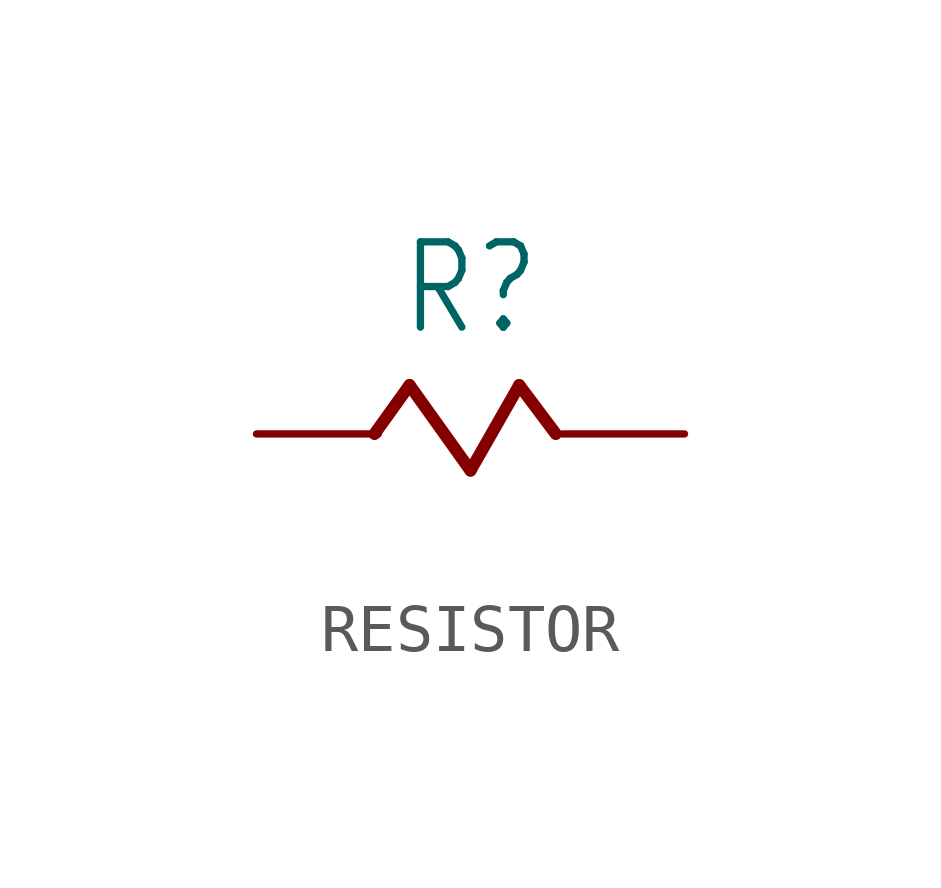
<source format=kicad_sym>
(kicad_symbol_lib
  (version 20241209)
  (generator "kicad_symbol_editor")
  (generator_version "9.0")
  (symbol "RESISTOR"
    (property "Reference" "R"
      (at 0 2 0)
      (effects (font (size 1.778 1.511)) (justify bottom)))
    (property "Value" ""
      (at 0 -2 0)
      (effects (font (size 1.778 1.511)) (justify top)))
    (property "ki_locked" ""
      (at 0 0 0)
      (effects (font (size 1.27 1.27))))
    (symbol "RESISTOR_1_0"
      (polyline (pts (xy -2 0) (xy -1.27 1.016)) (stroke (width 0.254) (type solid)) (fill (type none)))
      (polyline (pts (xy -1.27 1.016) (xy 0 -0.762)) (stroke (width 0.254) (type solid)) (fill (type none)))
      (polyline (pts (xy 0 -0.762) (xy 1.016 1.016)) (stroke (width 0.254) (type solid)) (fill (type none)))
      (polyline (pts (xy 1.016 1.016) (xy 1.778 0)) (stroke (width 0.254) (type solid)) (fill (type none)))
      (pin bidirectional line (at -4.46 0 0) (length 2.54) (name "1" (effects (font (size 0 0)))) (number "1" (effects (font (size 0 0)))))
      (pin bidirectional line (at 4.46 0 180) (length 2.54) (name "2" (effects (font (size 0 0)))) (number "2" (effects (font (size 0 0))))))))
</source>
